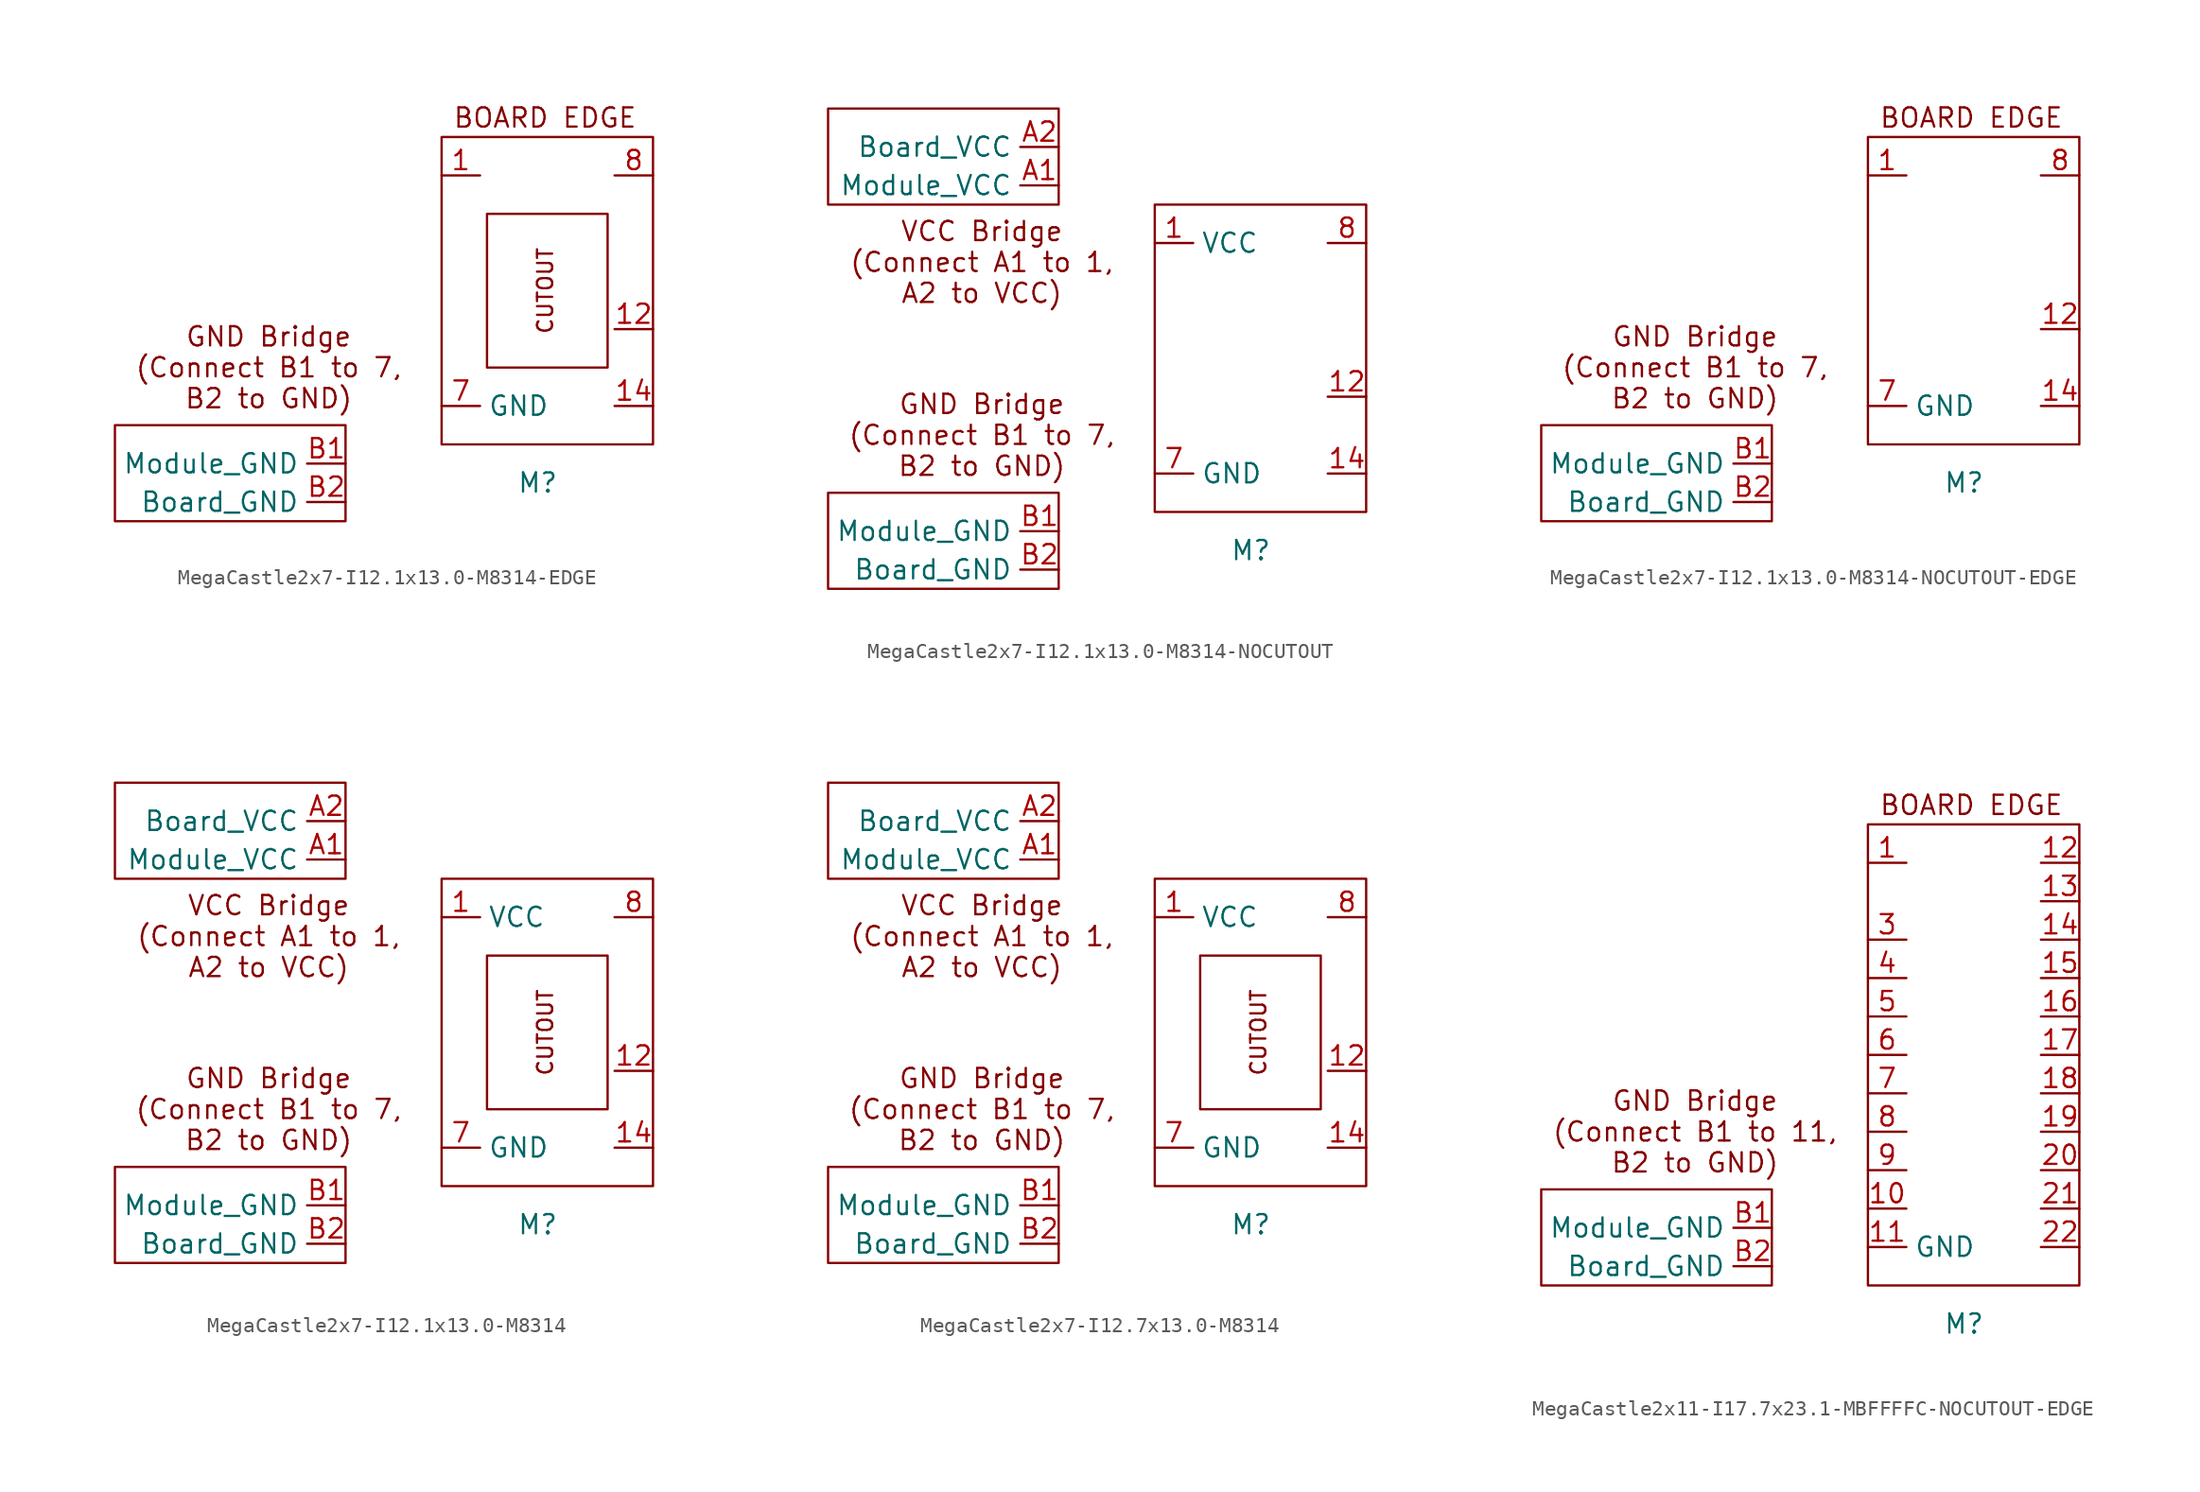
<source format=kicad_sym>
(kicad_symbol_lib
  (version 20231120)
  (generator "kicad_symbol_editor")
  (generator_version "8.0")
  (symbol "MegaCastle2x7-I12.1x13.0-M8314-EDGE"
    (property "Reference" "M"
      (at 0 -12.7 0)
      (effects (font (size 1.27 1.27))))
    (property "Value" ""
      (at 0 5.08 0)
      (effects (font (size 1.27 1.27))))
    (symbol "MegaCastle2x7-I12.1x13.0-M8314-EDGE_0_1"
      (rectangle (start -27.94 -8.89) (end -12.7 -15.24) (stroke (width 0) (type default)) (fill (type none)))
      (rectangle (start -6.35 10.16) (end 7.62 -10.16) (stroke (width 0) (type default)) (fill (type none)))
      (rectangle (start -3.35 5.08) (end 4.62 -5.08) (stroke (width 0) (type default)) (fill (type none))))
    (symbol "MegaCastle2x7-I12.1x13.0-M8314-EDGE_1_1"
      (text "GND Bridge\n(Connect B1 to 7,\nB2 to GND)" (at -17.78 -5.08 0) (effects (font (size 1.27 1.27))))
      (text " BOARD EDGE" (at 0 11.43 0) (effects (font (size 1.27 1.27))))
      (text "CUTOUT" (at 0.5 0 900) (effects (font (size 1 1))))
      (pin bidirectional line (at -6.35 7.62 0) (length 2.54) (name "" (effects (font (size 1.27 1.27)))) (number "1" (effects (font (size 1.27 1.27)))))
      (pin bidirectional line (at -6.35 -7.62 0) (length 2.54) (name "GND" (effects (font (size 1.27 1.27)))) (number "7" (effects (font (size 1.27 1.27)))))
      (pin bidirectional line (at 7.62 7.62 180) (length 2.54) (name "" (effects (font (size 1.27 1.27)))) (number "8" (effects (font (size 1.27 1.27)))))
      (pin bidirectional line (at 7.62 -2.54 180) (length 2.54) (name "" (effects (font (size 1.27 1.27)))) (number "12" (effects (font (size 1.27 1.27)))))
      (pin bidirectional line (at 7.62 -7.62 180) (length 2.54) (name "" (effects (font (size 1.27 1.27)))) (number "14" (effects (font (size 1.27 1.27)))))
      (pin bidirectional line (at -12.7 -11.43 180) (length 2.54) (name "Module_GND" (effects (font (size 1.27 1.27)))) (number "B1" (effects (font (size 1.27 1.27)))))
      (pin bidirectional line (at -12.7 -13.97 180) (length 2.54) (name "Board_GND" (effects (font (size 1.27 1.27)))) (number "B2" (effects (font (size 1.27 1.27)))))))
  (symbol "MegaCastle2x7-I12.1x13.0-M8314-NOCUTOUT"
    (property "Reference" "M"
      (at 0 -12.7 0)
      (effects (font (size 1.27 1.27))))
    (property "Value" ""
      (at 0 5.08 0)
      (effects (font (size 1.27 1.27))))
    (symbol "MegaCastle2x7-I12.1x13.0-M8314-NOCUTOUT_0_1"
      (rectangle (start -27.94 16.51) (end -12.7 10.16) (stroke (width 0) (type default)) (fill (type none)))
      (rectangle (start -27.94 -8.89) (end -12.7 -15.24) (stroke (width 0) (type default)) (fill (type none)))
      (rectangle (start -6.35 10.16) (end 7.62 -10.16) (stroke (width 0) (type default)) (fill (type none))))
    (symbol "MegaCastle2x7-I12.1x13.0-M8314-NOCUTOUT_1_1"
      (text "GND Bridge\n(Connect B1 to 7,\nB2 to GND)" (at -17.78 -5.08 0) (effects (font (size 1.27 1.27))))
      (text "VCC Bridge\n(Connect A1 to 1,\nA2 to VCC)" (at -17.78 6.35 0) (effects (font (size 1.27 1.27))))
      (pin bidirectional line (at -6.35 7.62 0) (length 2.54) (name "VCC" (effects (font (size 1.27 1.27)))) (number "1" (effects (font (size 1.27 1.27)))))
      (pin bidirectional line (at -6.35 -7.62 0) (length 2.54) (name "GND" (effects (font (size 1.27 1.27)))) (number "7" (effects (font (size 1.27 1.27)))))
      (pin bidirectional line (at 7.62 7.62 180) (length 2.54) (name "" (effects (font (size 1.27 1.27)))) (number "8" (effects (font (size 1.27 1.27)))))
      (pin bidirectional line (at 7.62 -2.54 180) (length 2.54) (name "" (effects (font (size 1.27 1.27)))) (number "12" (effects (font (size 1.27 1.27)))))
      (pin bidirectional line (at 7.62 -7.62 180) (length 2.54) (name "" (effects (font (size 1.27 1.27)))) (number "14" (effects (font (size 1.27 1.27)))))
      (pin bidirectional line (at -12.7 11.43 180) (length 2.54) (name "Module_VCC" (effects (font (size 1.27 1.27)))) (number "A1" (effects (font (size 1.27 1.27)))))
      (pin bidirectional line (at -12.7 13.97 180) (length 2.54) (name "Board_VCC" (effects (font (size 1.27 1.27)))) (number "A2" (effects (font (size 1.27 1.27)))))
      (pin bidirectional line (at -12.7 -11.43 180) (length 2.54) (name "Module_GND" (effects (font (size 1.27 1.27)))) (number "B1" (effects (font (size 1.27 1.27)))))
      (pin bidirectional line (at -12.7 -13.97 180) (length 2.54) (name "Board_GND" (effects (font (size 1.27 1.27)))) (number "B2" (effects (font (size 1.27 1.27)))))))
  (symbol "MegaCastle2x7-I12.1x13.0-M8314-NOCUTOUT-EDGE"
    (property "Reference" "M"
      (at 0 -12.7 0)
      (effects (font (size 1.27 1.27))))
    (property "Value" ""
      (at 0 5.08 0)
      (effects (font (size 1.27 1.27))))
    (symbol "MegaCastle2x7-I12.1x13.0-M8314-NOCUTOUT-EDGE_0_1"
      (rectangle (start -27.94 -8.89) (end -12.7 -15.24) (stroke (width 0) (type default)) (fill (type none)))
      (rectangle (start -6.35 10.16) (end 7.62 -10.16) (stroke (width 0) (type default)) (fill (type none))))
    (symbol "MegaCastle2x7-I12.1x13.0-M8314-NOCUTOUT-EDGE_1_1"
      (text "GND Bridge\n(Connect B1 to 7,\nB2 to GND)" (at -17.78 -5.08 0) (effects (font (size 1.27 1.27))))
      (text " BOARD EDGE" (at 0 11.43 0) (effects (font (size 1.27 1.27))))
      (pin bidirectional line (at -6.35 7.62 0) (length 2.54) (name "" (effects (font (size 1.27 1.27)))) (number "1" (effects (font (size 1.27 1.27)))))
      (pin bidirectional line (at -6.35 -7.62 0) (length 2.54) (name "GND" (effects (font (size 1.27 1.27)))) (number "7" (effects (font (size 1.27 1.27)))))
      (pin bidirectional line (at 7.62 7.62 180) (length 2.54) (name "" (effects (font (size 1.27 1.27)))) (number "8" (effects (font (size 1.27 1.27)))))
      (pin bidirectional line (at 7.62 -2.54 180) (length 2.54) (name "" (effects (font (size 1.27 1.27)))) (number "12" (effects (font (size 1.27 1.27)))))
      (pin bidirectional line (at 7.62 -7.62 180) (length 2.54) (name "" (effects (font (size 1.27 1.27)))) (number "14" (effects (font (size 1.27 1.27)))))
      (pin bidirectional line (at -12.7 -11.43 180) (length 2.54) (name "Module_GND" (effects (font (size 1.27 1.27)))) (number "B1" (effects (font (size 1.27 1.27)))))
      (pin bidirectional line (at -12.7 -13.97 180) (length 2.54) (name "Board_GND" (effects (font (size 1.27 1.27)))) (number "B2" (effects (font (size 1.27 1.27)))))))
  (symbol "MegaCastle2x7-I12.1x13.0-M8314"
    (property "Reference" "M"
      (at 0 -12.7 0)
      (effects (font (size 1.27 1.27))))
    (property "Value" ""
      (at 0 5.08 0)
      (effects (font (size 1.27 1.27))))
    (symbol "MegaCastle2x7-I12.1x13.0-M8314_0_1"
      (rectangle (start -27.94 16.51) (end -12.7 10.16) (stroke (width 0) (type default)) (fill (type none)))
      (rectangle (start -27.94 -8.89) (end -12.7 -15.24) (stroke (width 0) (type default)) (fill (type none)))
      (rectangle (start -6.35 10.16) (end 7.62 -10.16) (stroke (width 0) (type default)) (fill (type none)))
      (rectangle (start -3.35 5.08) (end 4.62 -5.08) (stroke (width 0) (type default)) (fill (type none))))
    (symbol "MegaCastle2x7-I12.1x13.0-M8314_1_1"
      (text "GND Bridge\n(Connect B1 to 7,\nB2 to GND)" (at -17.78 -5.08 0) (effects (font (size 1.27 1.27))))
      (text "VCC Bridge\n(Connect A1 to 1,\nA2 to VCC)" (at -17.78 6.35 0) (effects (font (size 1.27 1.27))))
      (text "CUTOUT" (at 0.5 0 900) (effects (font (size 1 1))))
      (pin bidirectional line (at -6.35 7.62 0) (length 2.54) (name "VCC" (effects (font (size 1.27 1.27)))) (number "1" (effects (font (size 1.27 1.27)))))
      (pin bidirectional line (at -6.35 -7.62 0) (length 2.54) (name "GND" (effects (font (size 1.27 1.27)))) (number "7" (effects (font (size 1.27 1.27)))))
      (pin bidirectional line (at 7.62 7.62 180) (length 2.54) (name "" (effects (font (size 1.27 1.27)))) (number "8" (effects (font (size 1.27 1.27)))))
      (pin bidirectional line (at 7.62 -2.54 180) (length 2.54) (name "" (effects (font (size 1.27 1.27)))) (number "12" (effects (font (size 1.27 1.27)))))
      (pin bidirectional line (at 7.62 -7.62 180) (length 2.54) (name "" (effects (font (size 1.27 1.27)))) (number "14" (effects (font (size 1.27 1.27)))))
      (pin bidirectional line (at -12.7 11.43 180) (length 2.54) (name "Module_VCC" (effects (font (size 1.27 1.27)))) (number "A1" (effects (font (size 1.27 1.27)))))
      (pin bidirectional line (at -12.7 13.97 180) (length 2.54) (name "Board_VCC" (effects (font (size 1.27 1.27)))) (number "A2" (effects (font (size 1.27 1.27)))))
      (pin bidirectional line (at -12.7 -11.43 180) (length 2.54) (name "Module_GND" (effects (font (size 1.27 1.27)))) (number "B1" (effects (font (size 1.27 1.27)))))
      (pin bidirectional line (at -12.7 -13.97 180) (length 2.54) (name "Board_GND" (effects (font (size 1.27 1.27)))) (number "B2" (effects (font (size 1.27 1.27)))))))
  (symbol "MegaCastle2x7-I12.7x13.0-M8314"
    (property "Reference" "M"
      (at 0 -12.7 0)
      (effects (font (size 1.27 1.27))))
    (property "Value" ""
      (at 0 5.08 0)
      (effects (font (size 1.27 1.27))))
    (symbol "MegaCastle2x7-I12.7x13.0-M8314_0_1"
      (rectangle (start -27.94 16.51) (end -12.7 10.16) (stroke (width 0) (type default)) (fill (type none)))
      (rectangle (start -27.94 -8.89) (end -12.7 -15.24) (stroke (width 0) (type default)) (fill (type none)))
      (rectangle (start -6.35 10.16) (end 7.62 -10.16) (stroke (width 0) (type default)) (fill (type none)))
      (rectangle (start -3.35 5.08) (end 4.62 -5.08) (stroke (width 0) (type default)) (fill (type none))))
    (symbol "MegaCastle2x7-I12.7x13.0-M8314_1_1"
      (text "GND Bridge\n(Connect B1 to 7,\nB2 to GND)" (at -17.78 -5.08 0) (effects (font (size 1.27 1.27))))
      (text "VCC Bridge\n(Connect A1 to 1,\nA2 to VCC)" (at -17.78 6.35 0) (effects (font (size 1.27 1.27))))
      (text "CUTOUT" (at 0.5 0 900) (effects (font (size 1 1))))
      (pin bidirectional line (at -6.35 7.62 0) (length 2.54) (name "VCC" (effects (font (size 1.27 1.27)))) (number "1" (effects (font (size 1.27 1.27)))))
      (pin bidirectional line (at -6.35 -7.62 0) (length 2.54) (name "GND" (effects (font (size 1.27 1.27)))) (number "7" (effects (font (size 1.27 1.27)))))
      (pin bidirectional line (at 7.62 7.62 180) (length 2.54) (name "" (effects (font (size 1.27 1.27)))) (number "8" (effects (font (size 1.27 1.27)))))
      (pin bidirectional line (at 7.62 -2.54 180) (length 2.54) (name "" (effects (font (size 1.27 1.27)))) (number "12" (effects (font (size 1.27 1.27)))))
      (pin bidirectional line (at 7.62 -7.62 180) (length 2.54) (name "" (effects (font (size 1.27 1.27)))) (number "14" (effects (font (size 1.27 1.27)))))
      (pin bidirectional line (at -12.7 11.43 180) (length 2.54) (name "Module_VCC" (effects (font (size 1.27 1.27)))) (number "A1" (effects (font (size 1.27 1.27)))))
      (pin bidirectional line (at -12.7 13.97 180) (length 2.54) (name "Board_VCC" (effects (font (size 1.27 1.27)))) (number "A2" (effects (font (size 1.27 1.27)))))
      (pin bidirectional line (at -12.7 -11.43 180) (length 2.54) (name "Module_GND" (effects (font (size 1.27 1.27)))) (number "B1" (effects (font (size 1.27 1.27)))))
      (pin bidirectional line (at -12.7 -13.97 180) (length 2.54) (name "Board_GND" (effects (font (size 1.27 1.27)))) (number "B2" (effects (font (size 1.27 1.27)))))))
  (symbol "MegaCastle2x11-I17.7x23.1-MBFFFFC-NOCUTOUT-EDGE"
    (property "Reference" "M"
      (at 0 -17.78 0)
      (effects (font (size 1.27 1.27))))
    (property "Value" ""
      (at 0 5.08 0)
      (effects (font (size 1.27 1.27))))
    (symbol "MegaCastle2x11-I17.7x23.1-MBFFFFC-NOCUTOUT-EDGE_0_1"
      (rectangle (start -27.94 -8.89) (end -12.7 -15.24) (stroke (width 0) (type default)) (fill (type none)))
      (rectangle (start -6.35 15.24) (end 7.62 -15.24) (stroke (width 0) (type default)) (fill (type none))))
    (symbol "MegaCastle2x11-I17.7x23.1-MBFFFFC-NOCUTOUT-EDGE_1_1"
      (text "GND Bridge\n(Connect B1 to 11,\nB2 to GND)" (at -17.78 -5.08 0) (effects (font (size 1.27 1.27))))
      (text " BOARD EDGE" (at 0 16.51 0) (effects (font (size 1.27 1.27))))
      (pin bidirectional line (at -6.35 12.7 0) (length 2.54) (name "" (effects (font (size 1.27 1.27)))) (number "1" (effects (font (size 1.27 1.27)))))
      (pin bidirectional line (at -6.35 7.62 0) (length 2.54) (name "" (effects (font (size 1.27 1.27)))) (number "3" (effects (font (size 1.27 1.27)))))
      (pin bidirectional line (at -6.35 5.08 0) (length 2.54) (name "" (effects (font (size 1.27 1.27)))) (number "4" (effects (font (size 1.27 1.27)))))
      (pin bidirectional line (at -6.35 2.54 0) (length 2.54) (name "" (effects (font (size 1.27 1.27)))) (number "5" (effects (font (size 1.27 1.27)))))
      (pin bidirectional line (at -6.35 0 0) (length 2.54) (name "" (effects (font (size 1.27 1.27)))) (number "6" (effects (font (size 1.27 1.27)))))
      (pin bidirectional line (at -6.35 -2.54 0) (length 2.54) (name "" (effects (font (size 1.27 1.27)))) (number "7" (effects (font (size 1.27 1.27)))))
      (pin bidirectional line (at -6.35 -5.08 0) (length 2.54) (name "" (effects (font (size 1.27 1.27)))) (number "8" (effects (font (size 1.27 1.27)))))
      (pin bidirectional line (at -6.35 -7.62 0) (length 2.54) (name "" (effects (font (size 1.27 1.27)))) (number "9" (effects (font (size 1.27 1.27)))))
      (pin bidirectional line (at -6.35 -10.16 0) (length 2.54) (name "" (effects (font (size 1.27 1.27)))) (number "10" (effects (font (size 1.27 1.27)))))
      (pin bidirectional line (at -6.35 -12.7 0) (length 2.54) (name "GND" (effects (font (size 1.27 1.27)))) (number "11" (effects (font (size 1.27 1.27)))))
      (pin bidirectional line (at 7.62 12.7 180) (length 2.54) (name "" (effects (font (size 1.27 1.27)))) (number "12" (effects (font (size 1.27 1.27)))))
      (pin bidirectional line (at 7.62 10.16 180) (length 2.54) (name "" (effects (font (size 1.27 1.27)))) (number "13" (effects (font (size 1.27 1.27)))))
      (pin bidirectional line (at 7.62 7.62 180) (length 2.54) (name "" (effects (font (size 1.27 1.27)))) (number "14" (effects (font (size 1.27 1.27)))))
      (pin bidirectional line (at 7.62 5.08 180) (length 2.54) (name "" (effects (font (size 1.27 1.27)))) (number "15" (effects (font (size 1.27 1.27)))))
      (pin bidirectional line (at 7.62 2.54 180) (length 2.54) (name "" (effects (font (size 1.27 1.27)))) (number "16" (effects (font (size 1.27 1.27)))))
      (pin bidirectional line (at 7.62 0 180) (length 2.54) (name "" (effects (font (size 1.27 1.27)))) (number "17" (effects (font (size 1.27 1.27)))))
      (pin bidirectional line (at 7.62 -2.54 180) (length 2.54) (name "" (effects (font (size 1.27 1.27)))) (number "18" (effects (font (size 1.27 1.27)))))
      (pin bidirectional line (at 7.62 -5.08 180) (length 2.54) (name "" (effects (font (size 1.27 1.27)))) (number "19" (effects (font (size 1.27 1.27)))))
      (pin bidirectional line (at 7.62 -7.62 180) (length 2.54) (name "" (effects (font (size 1.27 1.27)))) (number "20" (effects (font (size 1.27 1.27)))))
      (pin bidirectional line (at 7.62 -10.16 180) (length 2.54) (name "" (effects (font (size 1.27 1.27)))) (number "21" (effects (font (size 1.27 1.27)))))
      (pin bidirectional line (at 7.62 -12.7 180) (length 2.54) (name "" (effects (font (size 1.27 1.27)))) (number "22" (effects (font (size 1.27 1.27)))))
      (pin bidirectional line (at -12.7 -11.43 180) (length 2.54) (name "Module_GND" (effects (font (size 1.27 1.27)))) (number "B1" (effects (font (size 1.27 1.27)))))
      (pin bidirectional line (at -12.7 -13.97 180) (length 2.54) (name "Board_GND" (effects (font (size 1.27 1.27)))) (number "B2" (effects (font (size 1.27 1.27))))))))
</source>
